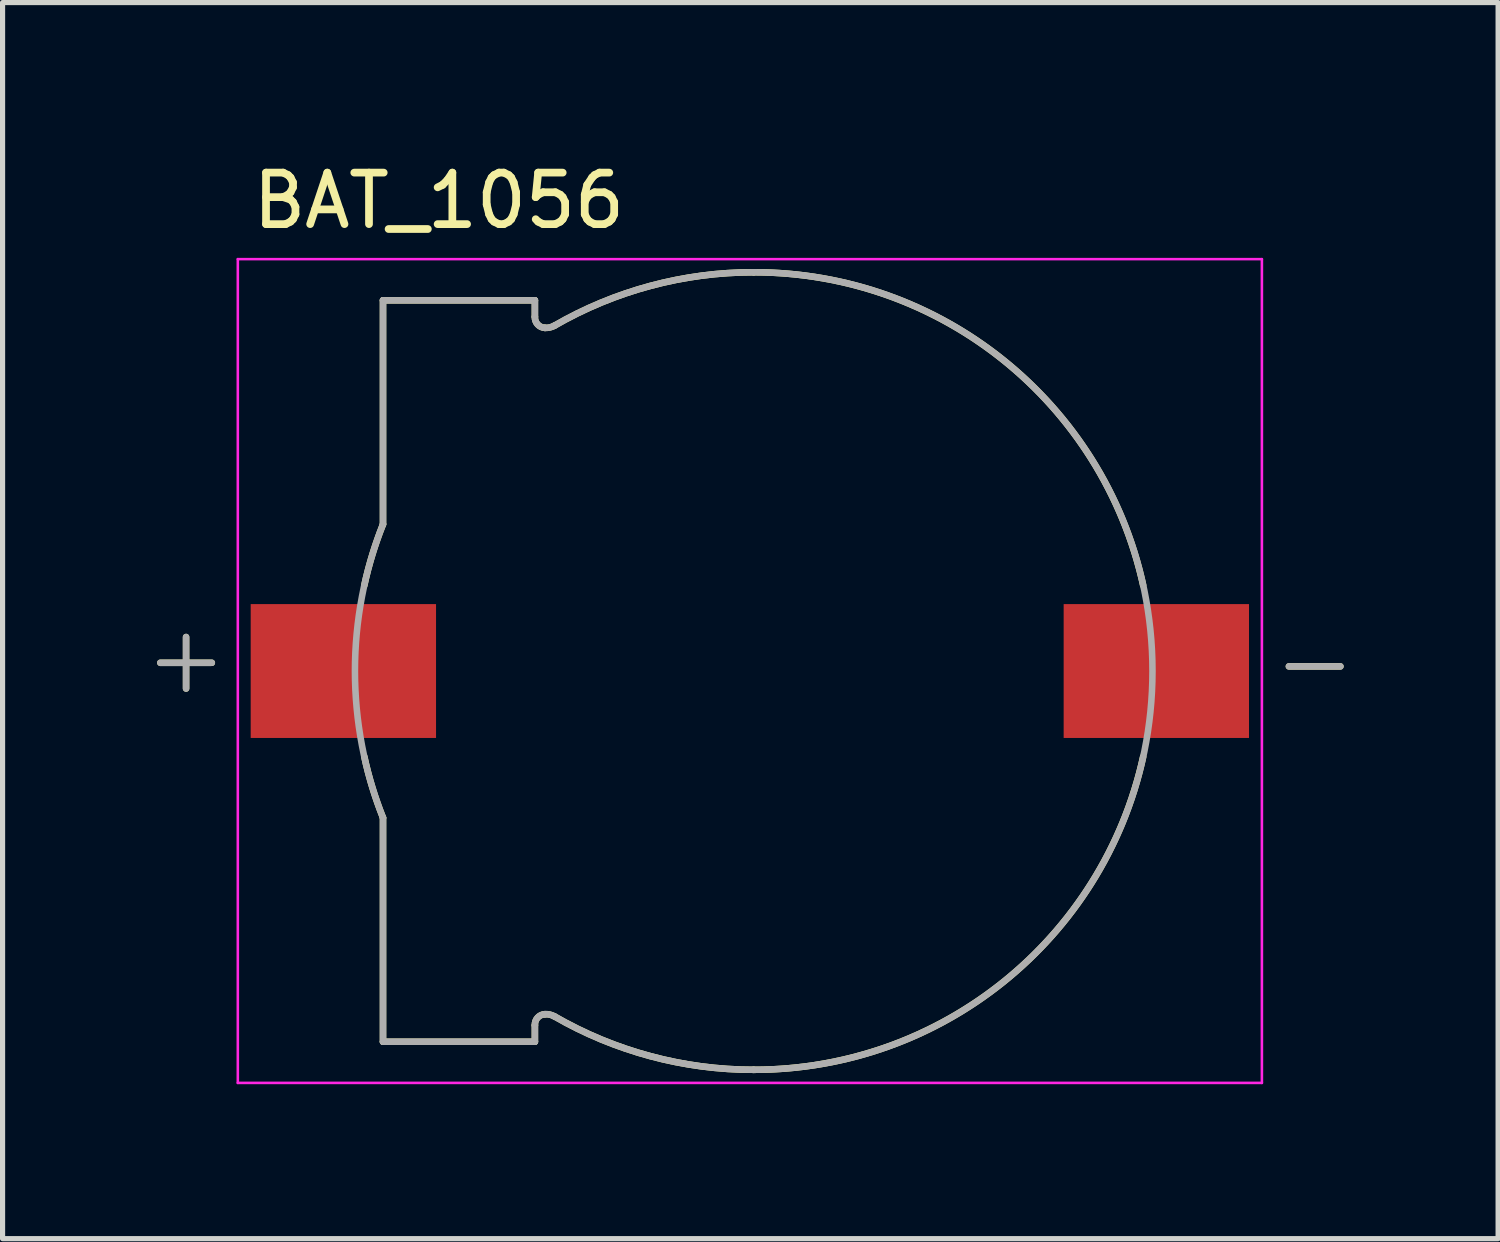
<source format=kicad_pcb>
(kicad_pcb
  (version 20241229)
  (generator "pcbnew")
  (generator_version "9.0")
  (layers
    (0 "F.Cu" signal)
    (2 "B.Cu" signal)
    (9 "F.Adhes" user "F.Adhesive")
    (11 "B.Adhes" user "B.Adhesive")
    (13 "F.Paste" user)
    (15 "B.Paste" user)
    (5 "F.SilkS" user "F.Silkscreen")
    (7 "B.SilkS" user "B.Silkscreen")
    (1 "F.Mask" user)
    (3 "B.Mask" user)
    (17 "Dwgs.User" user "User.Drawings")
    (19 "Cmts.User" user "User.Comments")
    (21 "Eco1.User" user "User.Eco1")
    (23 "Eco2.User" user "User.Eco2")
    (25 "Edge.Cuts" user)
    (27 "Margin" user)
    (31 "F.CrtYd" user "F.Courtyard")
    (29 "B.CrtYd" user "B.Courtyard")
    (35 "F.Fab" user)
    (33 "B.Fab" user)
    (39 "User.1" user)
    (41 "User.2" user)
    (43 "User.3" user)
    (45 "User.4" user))
  (footprint "BAT_1056"
    (layer "F.Cu")
    (at 11.799 9.983)
    (property "Reference" "BAT_1056" (at -6.325 -9.135 0) (layer "F.SilkS") (effects (font (size 1 1) (thickness 0.15))))
    (attr smd)
    (fp_line (start -11.735 -0.16) (end -10.735 -0.16) (stroke (width 0.127) (type solid)) (layer "F.SilkS"))
    (fp_line (start -11.235 -0.66) (end -11.235 0.34) (stroke (width 0.127) (type solid)) (layer "F.SilkS"))
    (fp_line (start -7.41 -7.2) (end -4.46 -7.2) (stroke (width 0.127) (type solid)) (layer "F.SilkS"))
    (fp_line (start -7.41 -2.85) (end -7.41 -7.2) (stroke (width 0.127) (type solid)) (layer "F.SilkS"))
    (fp_line (start -7.41 2.85) (end -7.41 7.2) (stroke (width 0.127) (type solid)) (layer "F.SilkS"))
    (fp_line (start -7.41 7.2) (end -4.46 7.2) (stroke (width 0.127) (type solid)) (layer "F.SilkS"))
    (fp_line (start -4.46 -7.2) (end -4.46 -6.88) (stroke (width 0.127) (type solid)) (layer "F.SilkS"))
    (fp_line (start -4.46 7.2) (end -4.46 6.88) (stroke (width 0.127) (type solid)) (layer "F.SilkS"))
    (fp_line (start 10.185 -0.09) (end 11.185 -0.09) (stroke (width 0.127) (type solid)) (layer "F.SilkS"))
    (fp_arc (start -7.773 -1.664) (mid -7.616196 -2.264559) (end -7.41 -2.85) (stroke (width 0.127) (type solid)) (layer "F.SilkS"))
    (fp_arc (start -7.41 2.85) (mid -7.616196 2.264559) (end -7.773 1.664) (stroke (width 0.127) (type solid)) (layer "F.SilkS"))
    (fp_arc (start -4.460001 6.88) (mid -4.40703 6.732113) (end -4.265 6.665) (stroke (width 0.127) (type solid)) (layer "F.SilkS"))
    (fp_arc (start -4.265 -6.665) (mid -4.407028 -6.732114) (end -4.46 -6.88) (stroke (width 0.127) (type solid)) (layer "F.SilkS"))
    (fp_arc (start -4.265 6.665) (mid -4.17231 6.672896) (end -4.085 6.705) (stroke (width 0.127) (type solid)) (layer "F.SilkS"))
    (fp_arc (start -4.085 -6.705) (mid -4.17231 -6.672896) (end -4.265 -6.665) (stroke (width 0.127) (type solid)) (layer "F.SilkS"))
    (fp_arc (start -4.085 -6.705) (mid -2.216137 -7.480737) (end -0.21 -7.745) (stroke (width 0.127) (type solid)) (layer "F.SilkS"))
    (fp_arc (start -0.21 -7.745) (mid 4.642358 -6.036609) (end 7.354 -1.664999) (stroke (width 0.127) (type solid)) (layer "F.SilkS"))
    (fp_arc (start -0.21 7.745) (mid -2.216137 7.480737) (end -4.085 6.705) (stroke (width 0.127) (type solid)) (layer "F.SilkS"))
    (fp_arc (start 7.354 1.664999) (mid 4.642358 6.036609) (end -0.21 7.745) (stroke (width 0.127) (type solid)) (layer "F.SilkS"))
    (fp_line (start -10.23 -8) (end 9.66 -8) (stroke (width 0.05) (type solid)) (layer "F.CrtYd"))
    (fp_line (start -10.23 8) (end -10.23 -8) (stroke (width 0.05) (type solid)) (layer "F.CrtYd"))
    (fp_line (start 9.66 -8) (end 9.66 8) (stroke (width 0.05) (type solid)) (layer "F.CrtYd"))
    (fp_line (start 9.66 8) (end -10.23 8) (stroke (width 0.05) (type solid)) (layer "F.CrtYd"))
    (fp_line (start -11.735 -0.16) (end -10.735 -0.16) (stroke (width 0.127) (type solid)) (layer "F.Fab"))
    (fp_line (start -11.235 -0.66) (end -11.235 0.34) (stroke (width 0.127) (type solid)) (layer "F.Fab"))
    (fp_line (start -7.41 -7.2) (end -7.41 -2.85) (stroke (width 0.127) (type solid)) (layer "F.Fab"))
    (fp_line (start -7.41 -7.2) (end -4.46 -7.2) (stroke (width 0.127) (type solid)) (layer "F.Fab"))
    (fp_line (start -7.41 2.85) (end -7.41 7.2) (stroke (width 0.127) (type solid)) (layer "F.Fab"))
    (fp_line (start -7.41 7.2) (end -4.46 7.2) (stroke (width 0.127) (type solid)) (layer "F.Fab"))
    (fp_line (start -4.46 -7.2) (end -4.46 -6.88) (stroke (width 0.127) (type solid)) (layer "F.Fab"))
    (fp_line (start -4.46 7.2) (end -4.46 6.88) (stroke (width 0.127) (type solid)) (layer "F.Fab"))
    (fp_line (start 10.185 -0.09) (end 11.185 -0.09) (stroke (width 0.127) (type solid)) (layer "F.Fab"))
    (fp_arc (start -7.41 2.85) (mid -7.955059 0) (end -7.41 -2.85) (stroke (width 0.127) (type solid)) (layer "F.Fab"))
    (fp_arc (start -4.460001 6.88) (mid -4.40703 6.732113) (end -4.265 6.665) (stroke (width 0.127) (type solid)) (layer "F.Fab"))
    (fp_arc (start -4.265 -6.665) (mid -4.407028 -6.732114) (end -4.46 -6.88) (stroke (width 0.127) (type solid)) (layer "F.Fab"))
    (fp_arc (start -4.265 6.665) (mid -4.17231 6.672896) (end -4.085 6.705) (stroke (width 0.127) (type solid)) (layer "F.Fab"))
    (fp_arc (start -4.085 -6.705) (mid -4.17231 -6.672896) (end -4.265 -6.665) (stroke (width 0.127) (type solid)) (layer "F.Fab"))
    (fp_arc (start -4.085 -6.705) (mid -2.216137 -7.480737) (end -0.21 -7.745) (stroke (width 0.127) (type solid)) (layer "F.Fab"))
    (fp_arc (start -0.21 -7.745) (mid 7.535 0) (end -0.21 7.745) (stroke (width 0.127) (type solid)) (layer "F.Fab"))
    (fp_arc (start -0.21 7.745) (mid -2.216137 7.480737) (end -4.085 6.705) (stroke (width 0.127) (type solid)) (layer "F.Fab"))
    (pad "N" smd rect (at 7.61 0) (size 3.6 2.6) (layers "F.Cu" "F.Mask" "F.Paste"))
    (pad "P" smd rect (at -8.18 0) (size 3.6 2.6) (layers "F.Cu" "F.Mask" "F.Paste")))
  (gr_rect
    (start -3 -3)
    (end 26.047 21.008)
    (stroke (width 0.1) (type default))
    (fill no)
    (layer "Edge.Cuts")))
</source>
